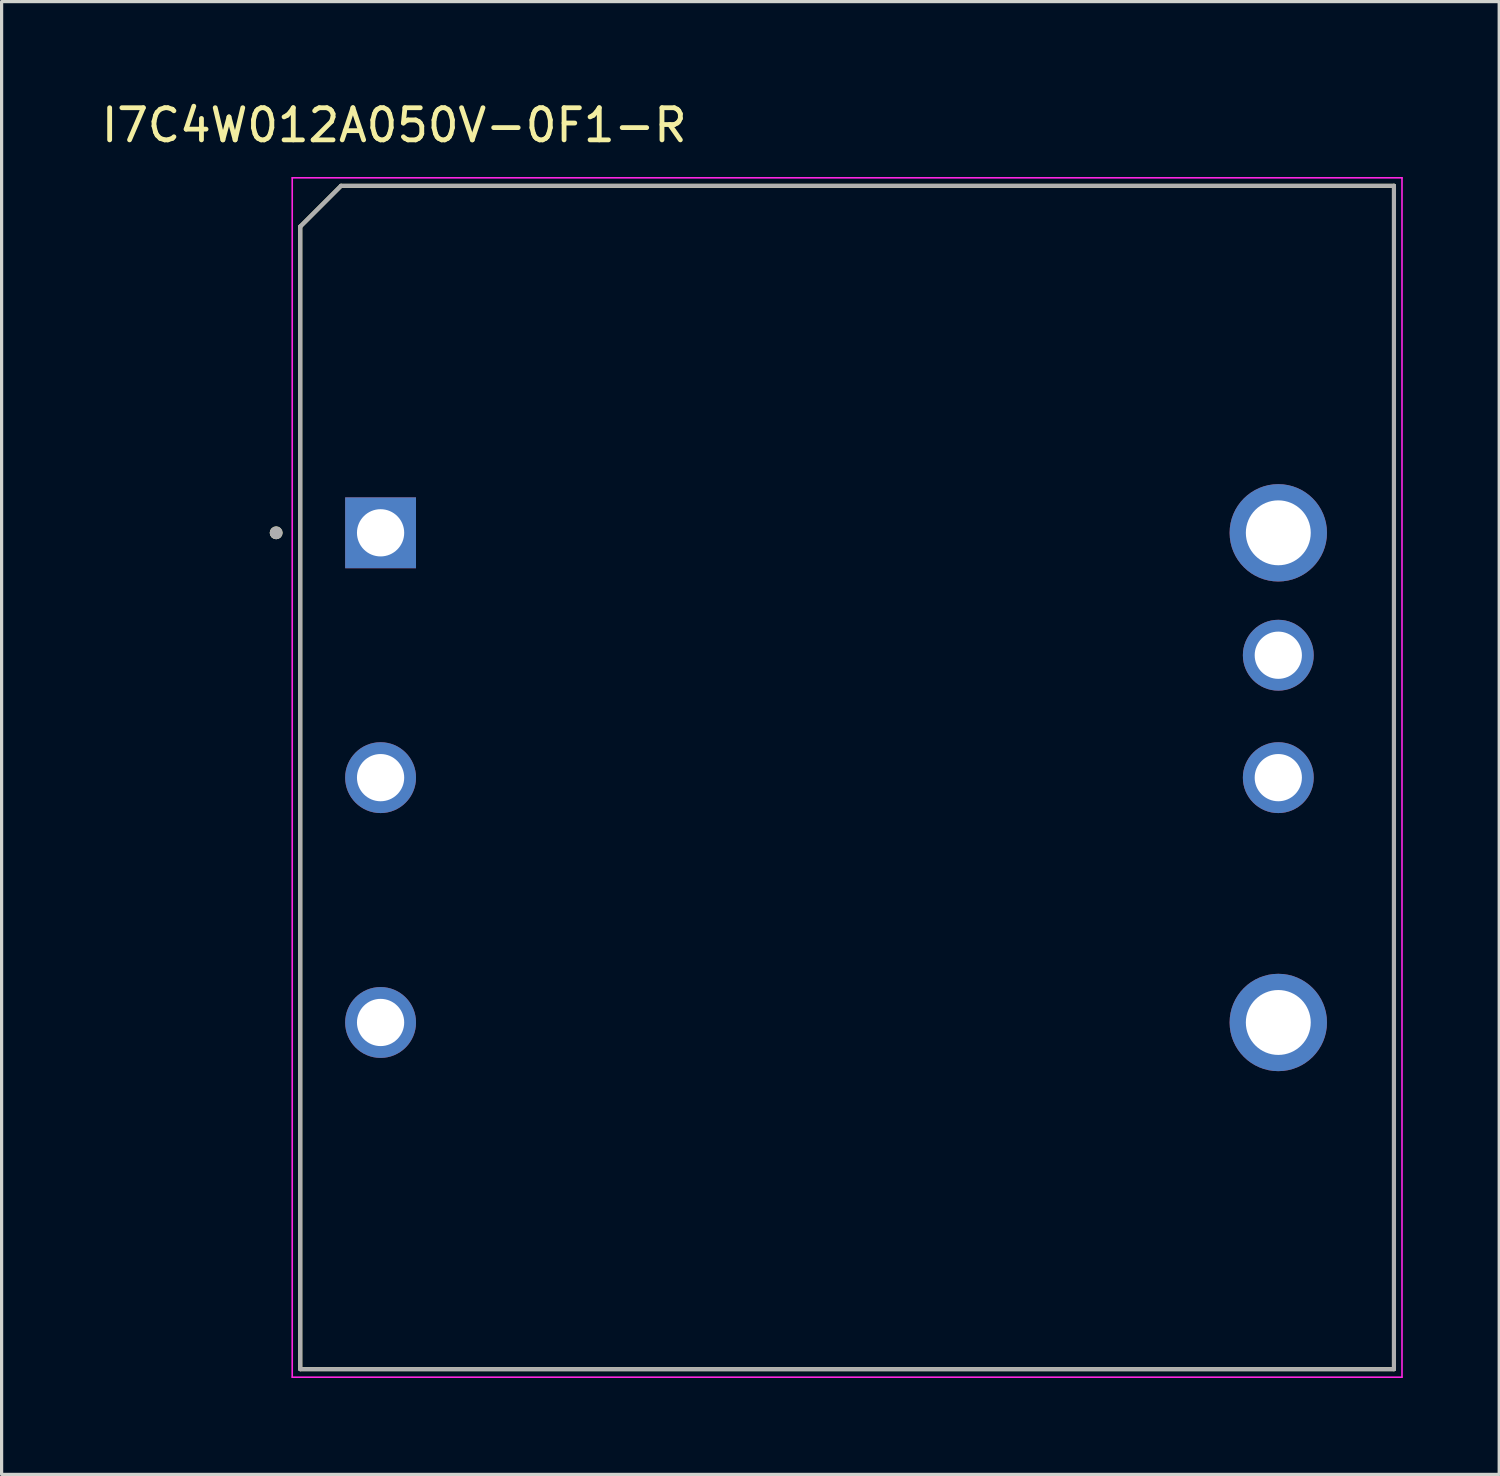
<source format=kicad_pcb>
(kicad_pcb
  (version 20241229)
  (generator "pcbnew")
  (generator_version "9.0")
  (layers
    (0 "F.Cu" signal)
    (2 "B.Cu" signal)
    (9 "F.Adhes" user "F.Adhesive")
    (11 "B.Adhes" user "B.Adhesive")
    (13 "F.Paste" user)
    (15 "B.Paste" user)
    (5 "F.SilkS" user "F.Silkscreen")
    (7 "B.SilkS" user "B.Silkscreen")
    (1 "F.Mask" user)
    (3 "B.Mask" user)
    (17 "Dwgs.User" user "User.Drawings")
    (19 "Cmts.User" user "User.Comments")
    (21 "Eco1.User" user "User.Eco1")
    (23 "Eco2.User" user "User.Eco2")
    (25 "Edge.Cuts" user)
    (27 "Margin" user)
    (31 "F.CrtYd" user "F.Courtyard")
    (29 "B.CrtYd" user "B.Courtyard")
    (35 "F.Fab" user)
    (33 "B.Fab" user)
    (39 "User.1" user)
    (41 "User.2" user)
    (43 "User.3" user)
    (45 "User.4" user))
  (footprint "I7C4W012A050V-0F1-R"
    (layer "F.Cu")
    (at 22.765 21.148)
    (property "Reference" "I7C4W012A050V-0F1-R" (at -13.545 -20.3 0) (layer "F.SilkS") (effects (font (size 1 1) (thickness 0.15))))
    (attr through_hole)
    (fp_line (start -16.47 -17.145) (end -15.2 -18.415) (stroke (width 0.127) (type solid)) (layer "F.SilkS"))
    (fp_line (start -16.47 18.415) (end -16.47 -17.145) (stroke (width 0.127) (type solid)) (layer "F.SilkS"))
    (fp_line (start -15.2 -18.415) (end 17.57 -18.415) (stroke (width 0.127) (type solid)) (layer "F.SilkS"))
    (fp_line (start 17.57 -18.415) (end 17.57 18.415) (stroke (width 0.127) (type solid)) (layer "F.SilkS"))
    (fp_line (start 17.57 18.415) (end -16.47 18.415) (stroke (width 0.127) (type solid)) (layer "F.SilkS"))
    (fp_circle (center -17.22 -7.615) (end -17.12 -7.615) (stroke (width 0.2) (type solid)) (fill no) (layer "F.SilkS"))
    (fp_line (start -16.72 -18.665) (end -16.72 18.665) (stroke (width 0.05) (type solid)) (layer "F.CrtYd"))
    (fp_line (start -16.72 18.665) (end 17.82 18.665) (stroke (width 0.05) (type solid)) (layer "F.CrtYd"))
    (fp_line (start 17.82 -18.665) (end -16.72 -18.665) (stroke (width 0.05) (type solid)) (layer "F.CrtYd"))
    (fp_line (start 17.82 18.665) (end 17.82 -18.665) (stroke (width 0.05) (type solid)) (layer "F.CrtYd"))
    (fp_line (start -16.47 -17.145) (end -15.2 -18.415) (stroke (width 0.127) (type solid)) (layer "F.Fab"))
    (fp_line (start -16.47 18.415) (end -16.47 -17.145) (stroke (width 0.127) (type solid)) (layer "F.Fab"))
    (fp_line (start -15.2 -18.415) (end 17.57 -18.415) (stroke (width 0.127) (type solid)) (layer "F.Fab"))
    (fp_line (start 17.57 -18.415) (end 17.57 18.415) (stroke (width 0.127) (type solid)) (layer "F.Fab"))
    (fp_line (start 17.57 18.415) (end -16.47 18.415) (stroke (width 0.127) (type solid)) (layer "F.Fab"))
    (fp_circle (center -17.22 -7.615) (end -17.12 -7.615) (stroke (width 0.2) (type solid)) (fill no) (layer "F.Fab"))
    (pad "1" thru_hole rect (at -13.97 -7.615) (size 2.205 2.205) (drill 1.47) (layers "*.Cu" "*.Mask"))
    (pad "2" thru_hole circle (at -13.97 0.005) (size 2.205 2.205) (drill 1.47) (layers "*.Cu" "*.Mask"))
    (pad "3" thru_hole circle (at -13.97 7.625) (size 2.205 2.205) (drill 1.47) (layers "*.Cu" "*.Mask"))
    (pad "4" thru_hole circle (at 13.97 7.625) (size 3.03 3.03) (drill 2.02) (layers "*.Cu" "*.Mask"))
    (pad "6" thru_hole circle (at 13.97 0.005) (size 2.205 2.205) (drill 1.47) (layers "*.Cu" "*.Mask"))
    (pad "7" thru_hole circle (at 13.97 -3.805) (size 2.205 2.205) (drill 1.47) (layers "*.Cu" "*.Mask"))
    (pad "8" thru_hole circle (at 13.97 -7.615) (size 3.03 3.03) (drill 2.02) (layers "*.Cu" "*.Mask")))
  (gr_rect
    (start -3 -3)
    (end 43.61 42.838)
    (stroke (width 0.1) (type default))
    (fill no)
    (layer "Edge.Cuts")))
</source>
